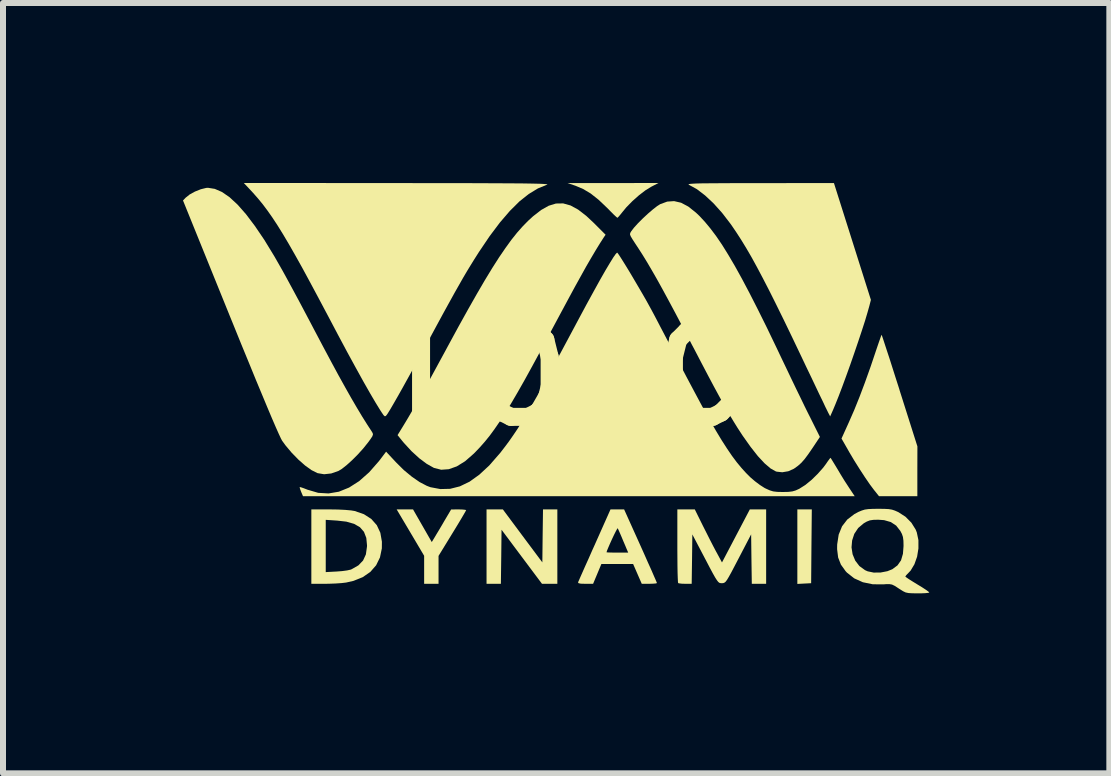
<source format=kicad_pcb>
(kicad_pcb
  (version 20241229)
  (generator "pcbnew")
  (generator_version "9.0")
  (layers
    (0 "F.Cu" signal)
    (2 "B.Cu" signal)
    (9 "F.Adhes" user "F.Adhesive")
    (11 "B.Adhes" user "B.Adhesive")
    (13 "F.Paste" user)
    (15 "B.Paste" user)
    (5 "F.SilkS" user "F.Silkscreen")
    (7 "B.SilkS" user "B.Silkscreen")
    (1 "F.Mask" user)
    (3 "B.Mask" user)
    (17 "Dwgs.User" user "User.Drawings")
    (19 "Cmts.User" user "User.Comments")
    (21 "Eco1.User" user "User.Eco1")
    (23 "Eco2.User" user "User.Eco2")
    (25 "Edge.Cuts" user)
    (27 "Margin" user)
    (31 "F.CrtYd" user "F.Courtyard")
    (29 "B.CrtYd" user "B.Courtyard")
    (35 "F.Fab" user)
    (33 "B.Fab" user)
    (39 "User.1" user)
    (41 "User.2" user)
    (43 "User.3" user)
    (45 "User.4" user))
  (footprint "LOGO"
    (layer "F.Cu")
    (at 6.539 3.22)
    (property "Reference" "LOGO" (at 0 0 0) (layer "F.SilkS") (effects (font (size 1.5 1.5) (thickness 0.3))))
    (attr board_only exclude_from_pos_files exclude_from_bom)
    (fp_poly (pts (xy 3.935 2.835) (xy 3.93 3.45) (xy 3.815 3.456) (xy 3.7 3.462) (xy 3.7 2.841) (xy 3.7 2.22) (xy 3.82 2.22) (xy 3.941 2.22)) (stroke (width 0) (type solid)) (fill yes) (layer "F.SilkS"))
    (fp_poly (pts (xy -0.879 2.662) (xy -0.55 3.103) (xy -0.545 2.662) (xy -0.539 2.22) (xy -0.42 2.22) (xy -0.3 2.22) (xy -0.3 2.84) (xy -0.3 3.46) (xy -0.428 3.46) (xy -0.556 3.46) (xy -0.893 3.01) (xy -1.23 2.559) (xy -1.235 3.01) (xy -1.241 3.46) (xy -1.36 3.46) (xy -1.48 3.46) (xy -1.48 2.84) (xy -1.48 2.22) (xy -1.344 2.22) (xy -1.208 2.22)) (stroke (width 0) (type solid)) (fill yes) (layer "F.SilkS"))
    (fp_poly (pts (xy 1.264 -3.157) (xy 1.167 -3.097) (xy 1.059 -3.014) (xy 0.949 -2.916) (xy 0.85 -2.815) (xy 0.789 -2.741) (xy 0.747 -2.689) (xy 0.715 -2.652) (xy 0.701 -2.64) (xy 0.683 -2.654) (xy 0.644 -2.69) (xy 0.589 -2.745) (xy 0.53 -2.805) (xy 0.388 -2.94) (xy 0.257 -3.044) (xy 0.13 -3.12) (xy 0.005 -3.173) (xy -0.13 -3.219) (xy 0.628 -3.219) (xy 1.386 -3.22)) (stroke (width 0) (type solid)) (fill yes) (layer "F.SilkS"))
    (fp_poly (pts (xy -2.549 2.492) (xy -2.393 2.764) (xy -2.346 2.687) (xy -2.317 2.638) (xy -2.273 2.565) (xy -2.222 2.479) (xy -2.185 2.415) (xy -2.07 2.221) (xy -1.945 2.22) (xy -1.88 2.222) (xy -1.835 2.227) (xy -1.82 2.232) (xy -1.83 2.252) (xy -1.858 2.301) (xy -1.901 2.374) (xy -1.956 2.466) (xy -2.02 2.571) (xy -2.05 2.62) (xy -2.28 2.995) (xy -2.28 3.228) (xy -2.28 3.46) (xy -2.4 3.46) (xy -2.52 3.46) (xy -2.52 3.226) (xy -2.52 2.993) (xy -2.749 2.606) (xy -2.978 2.22) (xy -2.841 2.22) (xy -2.705 2.22)) (stroke (width 0) (type solid)) (fill yes) (layer "F.SilkS"))
    (fp_poly (pts (xy 5.111 -0.673) (xy 5.129 -0.621) (xy 5.156 -0.538) (xy 5.192 -0.428) (xy 5.236 -0.295) (xy 5.285 -0.141) (xy 5.339 0.029) (xy 5.398 0.212) (xy 5.405 0.237) (xy 5.701 1.17) (xy 5.7 1.585) (xy 5.7 2) (xy 5.38 2) (xy 5.061 2) (xy 4.977 1.895) (xy 4.909 1.804) (xy 4.828 1.686) (xy 4.74 1.551) (xy 4.65 1.408) (xy 4.565 1.265) (xy 4.542 1.224) (xy 4.436 1.039) (xy 4.556 0.774) (xy 4.648 0.564) (xy 4.737 0.343) (xy 4.827 0.104) (xy 4.922 -0.162) (xy 4.981 -0.337) (xy 5.018 -0.447) (xy 5.051 -0.544) (xy 5.078 -0.621) (xy 5.096 -0.672) (xy 5.104 -0.69)) (stroke (width 0) (type solid)) (fill yes) (layer "F.SilkS"))
    (fp_poly (pts (xy -4.095 2.22) (xy -3.958 2.222) (xy -3.836 2.228) (xy -3.737 2.237) (xy -3.677 2.247) (xy -3.524 2.3) (xy -3.401 2.379) (xy -3.309 2.483) (xy -3.25 2.609) (xy -3.224 2.758) (xy -3.225 2.87) (xy -3.256 3.02) (xy -3.32 3.151) (xy -3.417 3.262) (xy -3.543 3.349) (xy -3.697 3.411) (xy -3.82 3.439) (xy -3.896 3.448) (xy -3.997 3.455) (xy -4.107 3.459) (xy -4.175 3.46) (xy -4.4 3.46) (xy -4.4 2.84) (xy -4.4 2.83) (xy -4.16 2.83) (xy -4.16 3.265) (xy -3.975 3.255) (xy -3.885 3.248) (xy -3.804 3.237) (xy -3.745 3.224) (xy -3.73 3.218) (xy -3.616 3.153) (xy -3.538 3.072) (xy -3.491 2.97) (xy -3.473 2.842) (xy -3.472 2.82) (xy -3.484 2.695) (xy -3.523 2.594) (xy -3.59 2.517) (xy -3.687 2.461) (xy -3.817 2.424) (xy -3.966 2.407) (xy -4.16 2.394) (xy -4.16 2.83) (xy -4.4 2.83) (xy -4.4 2.22)) (stroke (width 0) (type solid)) (fill yes) (layer "F.SilkS"))
    (fp_poly (pts (xy 2.127 2.495) (xy 2.184 2.608) (xy 2.243 2.725) (xy 2.299 2.834) (xy 2.345 2.921) (xy 2.354 2.937) (xy 2.444 3.104) (xy 2.676 2.662) (xy 2.908 2.22) (xy 3.044 2.22) (xy 3.18 2.22) (xy 3.18 2.84) (xy 3.18 3.46) (xy 3.06 3.46) (xy 2.941 3.46) (xy 2.935 3.048) (xy 2.93 2.636) (xy 2.718 3.043) (xy 2.65 3.173) (xy 2.598 3.272) (xy 2.558 3.344) (xy 2.528 3.394) (xy 2.505 3.425) (xy 2.485 3.441) (xy 2.467 3.448) (xy 2.446 3.45) (xy 2.441 3.45) (xy 2.42 3.449) (xy 2.401 3.444) (xy 2.382 3.429) (xy 2.36 3.401) (xy 2.331 3.356) (xy 2.293 3.289) (xy 2.243 3.196) (xy 2.179 3.073) (xy 2.163 3.043) (xy 1.95 2.637) (xy 1.945 3.048) (xy 1.939 3.46) (xy 1.833 3.46) (xy 1.771 3.458) (xy 1.726 3.452) (xy 1.713 3.447) (xy 1.71 3.424) (xy 1.707 3.366) (xy 1.704 3.279) (xy 1.702 3.166) (xy 1.701 3.034) (xy 1.7 2.886) (xy 1.7 2.827) (xy 1.7 2.22) (xy 1.845 2.22) (xy 1.991 2.22)) (stroke (width 0) (type solid)) (fill yes) (layer "F.SilkS"))
    (fp_poly (pts (xy 4.618 -2.246) (xy 4.926 -1.272) (xy 4.9 -1.171) (xy 4.869 -1.061) (xy 4.827 -0.92) (xy 4.774 -0.756) (xy 4.714 -0.576) (xy 4.649 -0.385) (xy 4.582 -0.192) (xy 4.514 -0.003) (xy 4.449 0.174) (xy 4.388 0.334) (xy 4.334 0.469) (xy 4.296 0.56) (xy 4.247 0.67) (xy 4.214 0.607) (xy 4.199 0.576) (xy 4.168 0.514) (xy 4.125 0.422) (xy 4.069 0.307) (xy 4.004 0.17) (xy 3.931 0.016) (xy 3.851 -0.15) (xy 3.769 -0.323) (xy 3.614 -0.648) (xy 3.474 -0.938) (xy 3.346 -1.198) (xy 3.23 -1.43) (xy 3.123 -1.637) (xy 3.025 -1.822) (xy 2.934 -1.988) (xy 2.847 -2.137) (xy 2.764 -2.273) (xy 2.683 -2.398) (xy 2.603 -2.516) (xy 2.582 -2.545) (xy 2.445 -2.723) (xy 2.304 -2.88) (xy 2.162 -3.013) (xy 2.026 -3.117) (xy 1.9 -3.186) (xy 1.888 -3.193) (xy 1.886 -3.198) (xy 1.896 -3.202) (xy 1.921 -3.206) (xy 1.963 -3.209) (xy 2.025 -3.212) (xy 2.11 -3.214) (xy 2.221 -3.215) (xy 2.359 -3.216) (xy 2.529 -3.217) (xy 2.733 -3.218) (xy 2.972 -3.218) (xy 3.07 -3.218) (xy 4.31 -3.219)) (stroke (width 0) (type solid)) (fill yes) (layer "F.SilkS"))
    (fp_poly (pts (xy 1.087 2.828) (xy 1.152 2.973) (xy 1.211 3.107) (xy 1.264 3.224) (xy 1.306 3.321) (xy 1.338 3.394) (xy 1.356 3.437) (xy 1.36 3.448) (xy 1.342 3.454) (xy 1.294 3.458) (xy 1.233 3.46) (xy 1.107 3.46) (xy 1.035 3.295) (xy 0.963 3.13) (xy 0.699 3.13) (xy 0.434 3.13) (xy 0.365 3.295) (xy 0.296 3.46) (xy 0.166 3.46) (xy 0.092 3.458) (xy 0.054 3.45) (xy 0.045 3.437) (xy 0.045 3.435) (xy 0.056 3.411) (xy 0.08 3.356) (xy 0.117 3.272) (xy 0.164 3.166) (xy 0.22 3.042) (xy 0.267 2.935) (xy 0.52 2.935) (xy 0.539 2.937) (xy 0.588 2.939) (xy 0.66 2.94) (xy 0.7 2.94) (xy 0.881 2.94) (xy 0.853 2.875) (xy 0.831 2.822) (xy 0.8 2.75) (xy 0.771 2.68) (xy 0.742 2.613) (xy 0.719 2.561) (xy 0.706 2.534) (xy 0.706 2.533) (xy 0.696 2.546) (xy 0.674 2.586) (xy 0.644 2.646) (xy 0.611 2.716) (xy 0.578 2.789) (xy 0.549 2.856) (xy 0.528 2.907) (xy 0.52 2.934) (xy 0.52 2.935) (xy 0.267 2.935) (xy 0.281 2.903) (xy 0.321 2.815) (xy 0.586 2.22) (xy 0.7 2.22) (xy 0.813 2.22)) (stroke (width 0) (type solid)) (fill yes) (layer "F.SilkS"))
    (fp_poly (pts (xy -6.009 -3.122) (xy -5.889 -3.07) (xy -5.763 -2.983) (xy -5.63 -2.86) (xy -5.489 -2.7) (xy -5.341 -2.504) (xy -5.183 -2.271) (xy -5.017 -1.999) (xy -4.881 -1.761) (xy -4.827 -1.663) (xy -4.758 -1.536) (xy -4.678 -1.388) (xy -4.591 -1.226) (xy -4.501 -1.056) (xy -4.411 -0.886) (xy -4.356 -0.781) (xy -4.206 -0.497) (xy -4.071 -0.244) (xy -3.95 -0.02) (xy -3.839 0.18) (xy -3.738 0.359) (xy -3.643 0.522) (xy -3.553 0.672) (xy -3.465 0.812) (xy -3.393 0.922) (xy -3.377 0.95) (xy -3.373 0.973) (xy -3.384 1.003) (xy -3.413 1.047) (xy -3.453 1.102) (xy -3.533 1.202) (xy -3.625 1.304) (xy -3.721 1.4) (xy -3.813 1.483) (xy -3.895 1.547) (xy -3.948 1.579) (xy -4.068 1.621) (xy -4.187 1.634) (xy -4.295 1.616) (xy -4.303 1.613) (xy -4.398 1.565) (xy -4.505 1.488) (xy -4.617 1.389) (xy -4.729 1.274) (xy -4.833 1.15) (xy -4.888 1.074) (xy -4.908 1.036) (xy -4.943 0.961) (xy -4.992 0.851) (xy -5.055 0.705) (xy -5.131 0.525) (xy -5.22 0.311) (xy -5.323 0.064) (xy -5.437 -0.215) (xy -5.565 -0.526) (xy -5.704 -0.869) (xy -5.749 -0.979) (xy -6.539 -2.929) (xy -6.495 -2.975) (xy -6.429 -3.028) (xy -6.34 -3.077) (xy -6.242 -3.116) (xy -6.153 -3.138) (xy -6.122 -3.14)) (stroke (width 0) (type solid)) (fill yes) (layer "F.SilkS"))
    (fp_poly (pts (xy -0.081 -2.846) (xy 0.046 -2.777) (xy 0.182 -2.672) (xy 0.307 -2.555) (xy 0.504 -2.358) (xy 0.47 -2.308) (xy 0.406 -2.208) (xy 0.338 -2.097) (xy 0.264 -1.972) (xy 0.182 -1.831) (xy 0.092 -1.669) (xy -0.01 -1.485) (xy -0.124 -1.274) (xy -0.253 -1.034) (xy -0.399 -0.762) (xy -0.41 -0.74) (xy -0.57 -0.441) (xy -0.714 -0.175) (xy -0.844 0.061) (xy -0.962 0.269) (xy -1.069 0.452) (xy -1.167 0.613) (xy -1.259 0.754) (xy -1.345 0.879) (xy -1.427 0.991) (xy -1.508 1.091) (xy -1.589 1.183) (xy -1.672 1.27) (xy -1.693 1.291) (xy -1.837 1.417) (xy -1.976 1.503) (xy -2.109 1.55) (xy -2.236 1.559) (xy -2.357 1.528) (xy -2.359 1.527) (xy -2.475 1.462) (xy -2.601 1.368) (xy -2.731 1.249) (xy -2.857 1.112) (xy -2.887 1.076) (xy -2.963 0.982) (xy -2.855 0.806) (xy -2.799 0.713) (xy -2.738 0.609) (xy -2.67 0.491) (xy -2.593 0.356) (xy -2.506 0.2) (xy -2.407 0.02) (xy -2.294 -0.188) (xy -2.164 -0.427) (xy -2.121 -0.507) (xy -1.946 -0.829) (xy -1.786 -1.117) (xy -1.64 -1.374) (xy -1.507 -1.602) (xy -1.384 -1.804) (xy -1.271 -1.981) (xy -1.165 -2.136) (xy -1.066 -2.273) (xy -0.971 -2.392) (xy -0.878 -2.497) (xy -0.788 -2.589) (xy -0.705 -2.665) (xy -0.57 -2.77) (xy -0.444 -2.841) (xy -0.323 -2.878) (xy -0.203 -2.88)) (stroke (width 0) (type solid)) (fill yes) (layer "F.SilkS"))
    (fp_poly (pts (xy -2.957 -3.219) (xy -2.577 -3.218) (xy -2.234 -3.218) (xy -1.928 -3.218) (xy -1.657 -3.217) (xy -1.418 -3.216) (xy -1.211 -3.215) (xy -1.034 -3.214) (xy -0.884 -3.213) (xy -0.76 -3.211) (xy -0.661 -3.209) (xy -0.583 -3.207) (xy -0.527 -3.204) (xy -0.49 -3.201) (xy -0.47 -3.198) (xy -0.465 -3.195) (xy -0.471 -3.192) (xy -0.623 -3.13) (xy -0.776 -3.037) (xy -0.932 -2.913) (xy -1.091 -2.755) (xy -1.256 -2.563) (xy -1.427 -2.336) (xy -1.606 -2.071) (xy -1.686 -1.945) (xy -1.746 -1.848) (xy -1.807 -1.748) (xy -1.87 -1.641) (xy -1.937 -1.523) (xy -2.012 -1.391) (xy -2.096 -1.239) (xy -2.192 -1.065) (xy -2.301 -0.864) (xy -2.426 -0.633) (xy -2.45 -0.59) (xy -2.569 -0.37) (xy -2.681 -0.164) (xy -2.786 0.025) (xy -2.88 0.195) (xy -2.963 0.342) (xy -3.033 0.464) (xy -3.088 0.558) (xy -3.127 0.621) (xy -3.142 0.643) (xy -3.16 0.664) (xy -3.176 0.668) (xy -3.196 0.65) (xy -3.227 0.605) (xy -3.251 0.568) (xy -3.328 0.443) (xy -3.422 0.283) (xy -3.533 0.088) (xy -3.659 -0.14) (xy -3.801 -0.4) (xy -3.957 -0.692) (xy -4.119 -0.999) (xy -4.28 -1.302) (xy -4.424 -1.571) (xy -4.554 -1.811) (xy -4.672 -2.022) (xy -4.779 -2.209) (xy -4.877 -2.374) (xy -4.967 -2.519) (xy -5.052 -2.648) (xy -5.133 -2.763) (xy -5.211 -2.867) (xy -5.29 -2.963) (xy -5.369 -3.053) (xy -5.406 -3.093) (xy -5.525 -3.22)) (stroke (width 0) (type solid)) (fill yes) (layer "F.SilkS"))
    (fp_poly (pts (xy 1.763 -2.891) (xy 1.883 -2.827) (xy 2.01 -2.726) (xy 2.068 -2.671) (xy 2.159 -2.573) (xy 2.251 -2.462) (xy 2.346 -2.336) (xy 2.445 -2.191) (xy 2.548 -2.025) (xy 2.658 -1.838) (xy 2.776 -1.625) (xy 2.903 -1.385) (xy 3.04 -1.116) (xy 3.189 -0.816) (xy 3.35 -0.481) (xy 3.436 -0.3) (xy 3.516 -0.133) (xy 3.598 0.039) (xy 3.68 0.21) (xy 3.758 0.37) (xy 3.827 0.513) (xy 3.885 0.63) (xy 3.906 0.671) (xy 4.076 1.012) (xy 3.957 1.191) (xy 3.882 1.3) (xy 3.821 1.382) (xy 3.766 1.444) (xy 3.711 1.493) (xy 3.65 1.537) (xy 3.641 1.543) (xy 3.55 1.584) (xy 3.449 1.601) (xy 3.356 1.591) (xy 3.34 1.586) (xy 3.253 1.537) (xy 3.154 1.452) (xy 3.042 1.332) (xy 2.921 1.178) (xy 2.789 0.992) (xy 2.755 0.94) (xy 2.699 0.854) (xy 2.644 0.765) (xy 2.587 0.671) (xy 2.527 0.568) (xy 2.462 0.452) (xy 2.389 0.319) (xy 2.306 0.166) (xy 2.212 -0.011) (xy 2.105 -0.215) (xy 1.982 -0.451) (xy 1.944 -0.522) (xy 1.8 -0.799) (xy 1.671 -1.044) (xy 1.556 -1.259) (xy 1.453 -1.449) (xy 1.36 -1.617) (xy 1.275 -1.765) (xy 1.197 -1.898) (xy 1.123 -2.019) (xy 1.051 -2.131) (xy 0.995 -2.216) (xy 0.949 -2.287) (xy 0.922 -2.333) (xy 0.911 -2.363) (xy 0.915 -2.387) (xy 0.93 -2.413) (xy 0.932 -2.416) (xy 0.977 -2.475) (xy 1.043 -2.548) (xy 1.124 -2.629) (xy 1.21 -2.709) (xy 1.294 -2.781) (xy 1.366 -2.837) (xy 1.414 -2.867) (xy 1.531 -2.91) (xy 1.646 -2.918)) (stroke (width 0) (type solid)) (fill yes) (layer "F.SilkS"))
    (fp_poly (pts (xy 5.151 2.211) (xy 5.223 2.215) (xy 5.277 2.224) (xy 5.326 2.24) (xy 5.38 2.264) (xy 5.384 2.266) (xy 5.502 2.342) (xy 5.601 2.442) (xy 5.672 2.556) (xy 5.691 2.604) (xy 5.718 2.732) (xy 5.718 2.871) (xy 5.696 3.008) (xy 5.651 3.135) (xy 5.588 3.24) (xy 5.552 3.278) (xy 5.517 3.314) (xy 5.5 3.337) (xy 5.5 3.339) (xy 5.516 3.353) (xy 5.56 3.383) (xy 5.625 3.424) (xy 5.7 3.47) (xy 5.779 3.518) (xy 5.843 3.56) (xy 5.885 3.59) (xy 5.9 3.605) (xy 5.881 3.611) (xy 5.831 3.616) (xy 5.759 3.619) (xy 5.705 3.619) (xy 5.615 3.618) (xy 5.552 3.614) (xy 5.505 3.604) (xy 5.463 3.584) (xy 5.412 3.552) (xy 5.39 3.538) (xy 5.326 3.496) (xy 5.279 3.473) (xy 5.234 3.465) (xy 5.175 3.466) (xy 5.138 3.469) (xy 4.957 3.468) (xy 4.792 3.434) (xy 4.648 3.369) (xy 4.527 3.274) (xy 4.504 3.249) (xy 4.426 3.14) (xy 4.38 3.022) (xy 4.363 2.885) (xy 4.363 2.853) (xy 4.603 2.853) (xy 4.621 2.968) (xy 4.665 3.074) (xy 4.734 3.164) (xy 4.829 3.233) (xy 4.872 3.252) (xy 4.972 3.273) (xy 5.087 3.272) (xy 5.201 3.25) (xy 5.283 3.217) (xy 5.369 3.153) (xy 5.428 3.069) (xy 5.46 2.96) (xy 5.47 2.83) (xy 5.468 2.742) (xy 5.46 2.68) (xy 5.443 2.629) (xy 5.417 2.58) (xy 5.347 2.49) (xy 5.258 2.431) (xy 5.146 2.399) (xy 5.049 2.392) (xy 4.967 2.394) (xy 4.908 2.403) (xy 4.857 2.423) (xy 4.808 2.451) (xy 4.714 2.53) (xy 4.649 2.628) (xy 4.613 2.738) (xy 4.603 2.853) (xy 4.363 2.853) (xy 4.364 2.803) (xy 4.389 2.64) (xy 4.445 2.502) (xy 4.532 2.389) (xy 4.651 2.298) (xy 4.718 2.262) (xy 4.773 2.239) (xy 4.824 2.223) (xy 4.882 2.215) (xy 4.958 2.211) (xy 5.05 2.21)) (stroke (width 0) (type solid)) (fill yes) (layer "F.SilkS"))
    (fp_poly (pts (xy 0.712 -2.043) (xy 0.743 -1.997) (xy 0.788 -1.926) (xy 0.844 -1.836) (xy 0.908 -1.731) (xy 0.976 -1.616) (xy 1.046 -1.497) (xy 1.115 -1.379) (xy 1.18 -1.266) (xy 1.237 -1.163) (xy 1.255 -1.13) (xy 1.294 -1.058) (xy 1.348 -0.956) (xy 1.413 -0.831) (xy 1.487 -0.69) (xy 1.567 -0.538) (xy 1.648 -0.382) (xy 1.69 -0.3) (xy 1.848 0.003) (xy 1.991 0.272) (xy 2.119 0.511) (xy 2.236 0.721) (xy 2.341 0.905) (xy 2.438 1.066) (xy 2.528 1.206) (xy 2.611 1.328) (xy 2.691 1.435) (xy 2.768 1.528) (xy 2.844 1.612) (xy 2.917 1.685) (xy 2.994 1.751) (xy 3.078 1.814) (xy 3.153 1.862) (xy 3.173 1.872) (xy 3.239 1.902) (xy 3.298 1.92) (xy 3.365 1.928) (xy 3.455 1.93) (xy 3.46 1.93) (xy 3.551 1.928) (xy 3.617 1.92) (xy 3.672 1.904) (xy 3.733 1.876) (xy 3.739 1.872) (xy 3.834 1.812) (xy 3.938 1.727) (xy 4.04 1.627) (xy 4.132 1.523) (xy 4.173 1.468) (xy 4.211 1.413) (xy 4.24 1.374) (xy 4.252 1.36) (xy 4.264 1.376) (xy 4.291 1.42) (xy 4.33 1.484) (xy 4.367 1.545) (xy 4.424 1.641) (xy 4.486 1.742) (xy 4.544 1.831) (xy 4.566 1.865) (xy 4.656 2) (xy 0.058 2) (xy -4.539 2) (xy -4.57 1.927) (xy -4.588 1.879) (xy -4.595 1.851) (xy -4.594 1.848) (xy -4.574 1.851) (xy -4.527 1.867) (xy -4.463 1.892) (xy -4.459 1.893) (xy -4.286 1.944) (xy -4.113 1.954) (xy -3.941 1.925) (xy -3.771 1.856) (xy -3.602 1.748) (xy -3.436 1.601) (xy -3.273 1.415) (xy -3.241 1.373) (xy -3.154 1.258) (xy -2.986 1.438) (xy -2.859 1.564) (xy -2.726 1.674) (xy -2.596 1.764) (xy -2.476 1.827) (xy -2.415 1.85) (xy -2.25 1.881) (xy -2.087 1.877) (xy -1.925 1.836) (xy -1.763 1.758) (xy -1.6 1.641) (xy -1.434 1.487) (xy -1.265 1.293) (xy -1.254 1.281) (xy -1.181 1.186) (xy -1.109 1.09) (xy -1.037 0.987) (xy -0.963 0.877) (xy -0.886 0.754) (xy -0.803 0.617) (xy -0.713 0.463) (xy -0.613 0.288) (xy -0.503 0.089) (xy -0.381 -0.137) (xy -0.244 -0.392) (xy -0.09 -0.68) (xy -0.09 -0.68) (xy 0.057 -0.955) (xy 0.19 -1.203) (xy 0.309 -1.42) (xy 0.413 -1.608) (xy 0.502 -1.764) (xy 0.576 -1.888) (xy 0.633 -1.98) (xy 0.673 -2.037) (xy 0.696 -2.06) (xy 0.697 -2.06)) (stroke (width 0) (type solid)) (fill yes) (layer "F.SilkS")))
  (gr_rect
    (start -3 -3)
    (end 15.439 9.839)
    (stroke (width 0.1) (type default))
    (fill no)
    (layer "Edge.Cuts")))
</source>
